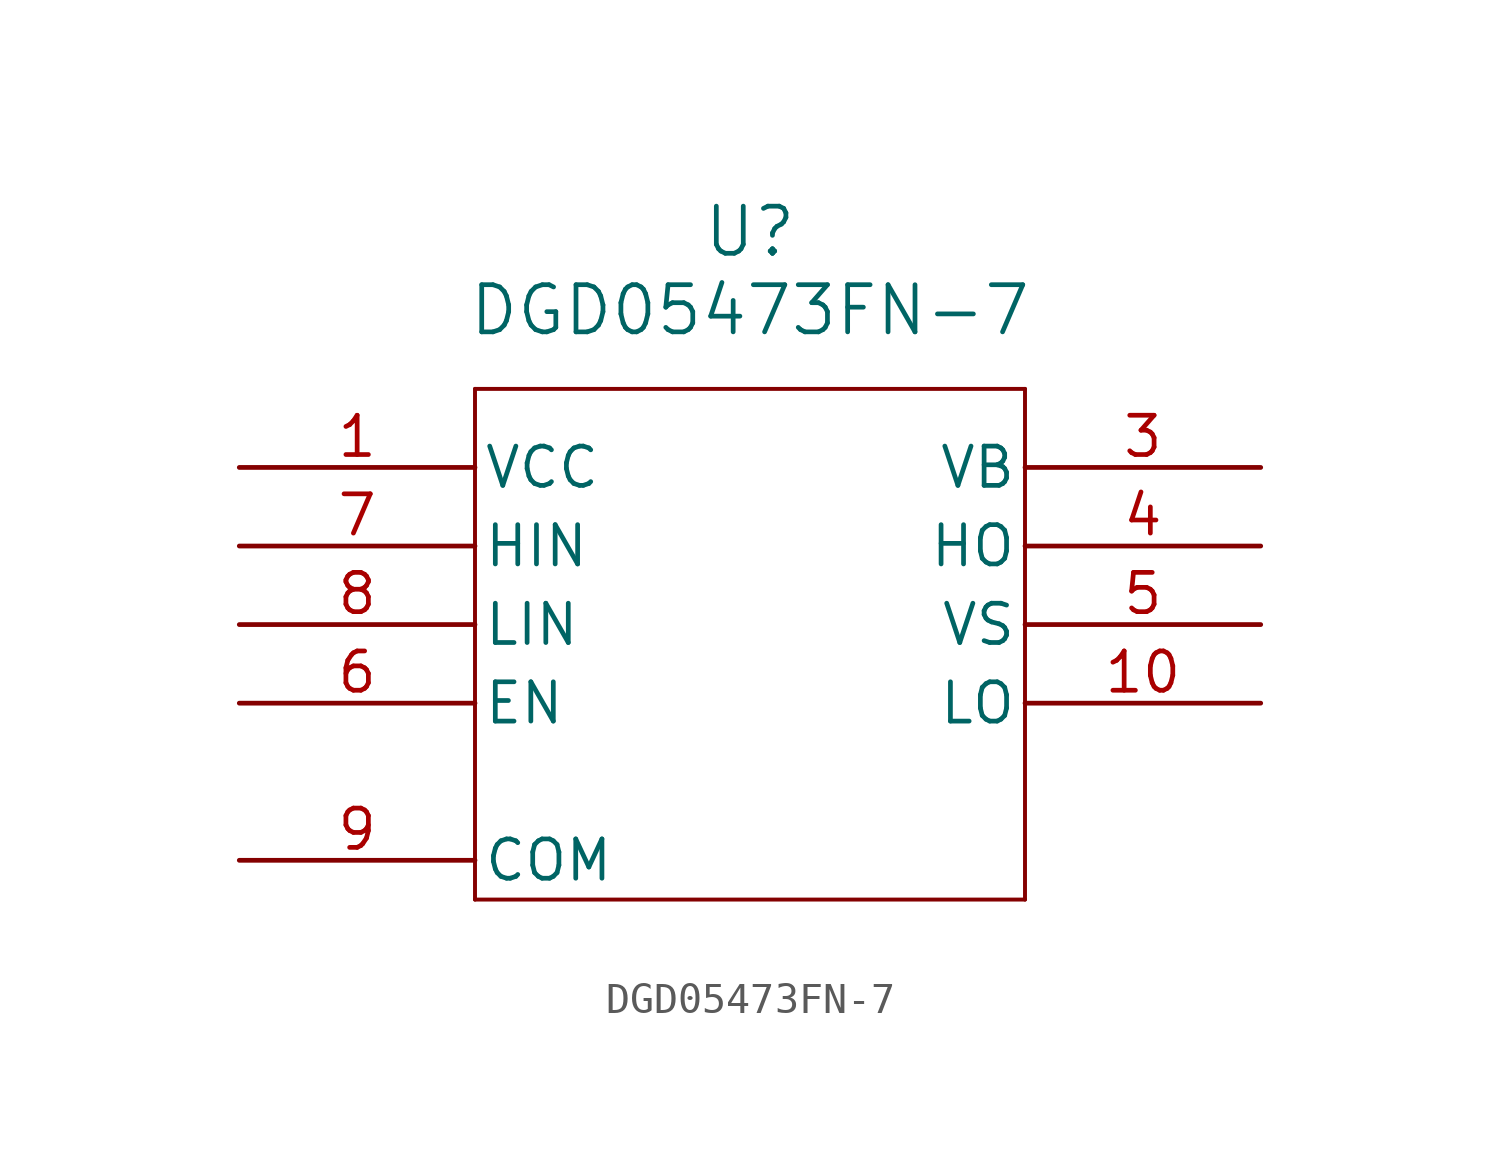
<source format=kicad_sym>
(kicad_symbol_lib
  (version 20220914)
  (generator kicad_symbol_editor)
  (symbol "DGD05473FN-7"
    (pin_names
      (offset 0.254))
    (property "Reference" "U"
      (at 0 12.7 0)
      (effects (font (size 1.524 1.524))))
    (property "Value" "DGD05473FN-7"
      (at 0 10.16 0)
      (effects (font (size 1.524 1.524))))
    (property "ki_locked" ""
      (at 0 0 0)
      (effects (font (size 1.27 1.27))))
    (symbol "DGD05473FN-7_0_1"
      (polyline (pts (xy -8.89 -8.89) (xy 8.89 -8.89)) (stroke (width 0.127) (type default)) (fill (type none)))
      (polyline (pts (xy -8.89 7.62) (xy -8.89 -8.89)) (stroke (width 0.127) (type default)) (fill (type none)))
      (polyline (pts (xy 8.89 -8.89) (xy 8.89 7.62)) (stroke (width 0.127) (type default)) (fill (type none)))
      (polyline (pts (xy 8.89 7.62) (xy -8.89 7.62)) (stroke (width 0.127) (type default)) (fill (type none)))
      (pin power_in line (at -16.51 5.08 0) (length 7.62) (name "VCC" (effects (font (size 1.27 1.27)))) (number "1" (effects (font (size 1.27 1.27)))))
      (pin output line (at 16.51 -2.54 180) (length 7.62) (name "LO" (effects (font (size 1.27 1.27)))) (number "10" (effects (font (size 1.27 1.27)))))
      (pin no_connect line (at 5.08 8.89 0) (length 0) hide (name "NC" (effects (font (size 1.27 1.27)))) (number "2" (effects (font (size 1.27 1.27)))))
      (pin unspecified line (at 16.51 5.08 180) (length 7.62) (name "VB" (effects (font (size 1.27 1.27)))) (number "3" (effects (font (size 1.27 1.27)))))
      (pin output line (at 16.51 2.54 180) (length 7.62) (name "HO" (effects (font (size 1.27 1.27)))) (number "4" (effects (font (size 1.27 1.27)))))
      (pin input line (at 16.51 0 180) (length 7.62) (name "VS" (effects (font (size 1.27 1.27)))) (number "5" (effects (font (size 1.27 1.27)))))
      (pin input line (at -16.51 -2.54 0) (length 7.62) (name "EN" (effects (font (size 1.27 1.27)))) (number "6" (effects (font (size 1.27 1.27)))))
      (pin input line (at -16.51 2.54 0) (length 7.62) (name "HIN" (effects (font (size 1.27 1.27)))) (number "7" (effects (font (size 1.27 1.27)))))
      (pin input line (at -16.51 0 0) (length 7.62) (name "LIN" (effects (font (size 1.27 1.27)))) (number "8" (effects (font (size 1.27 1.27)))))
      (pin power_in line (at -16.51 -7.62 0) (length 7.62) (name "COM" (effects (font (size 1.27 1.27)))) (number "9" (effects (font (size 1.27 1.27))))))
    (symbol "DGD05473FN-7_1_1"
      (pin power_out line (at -16.51 -7.62 0) (length 7.62) hide (name "EPAD" (effects (font (size 1.27 1.27)))) (number "11" (effects (font (size 1.27 1.27))))))))
</source>
